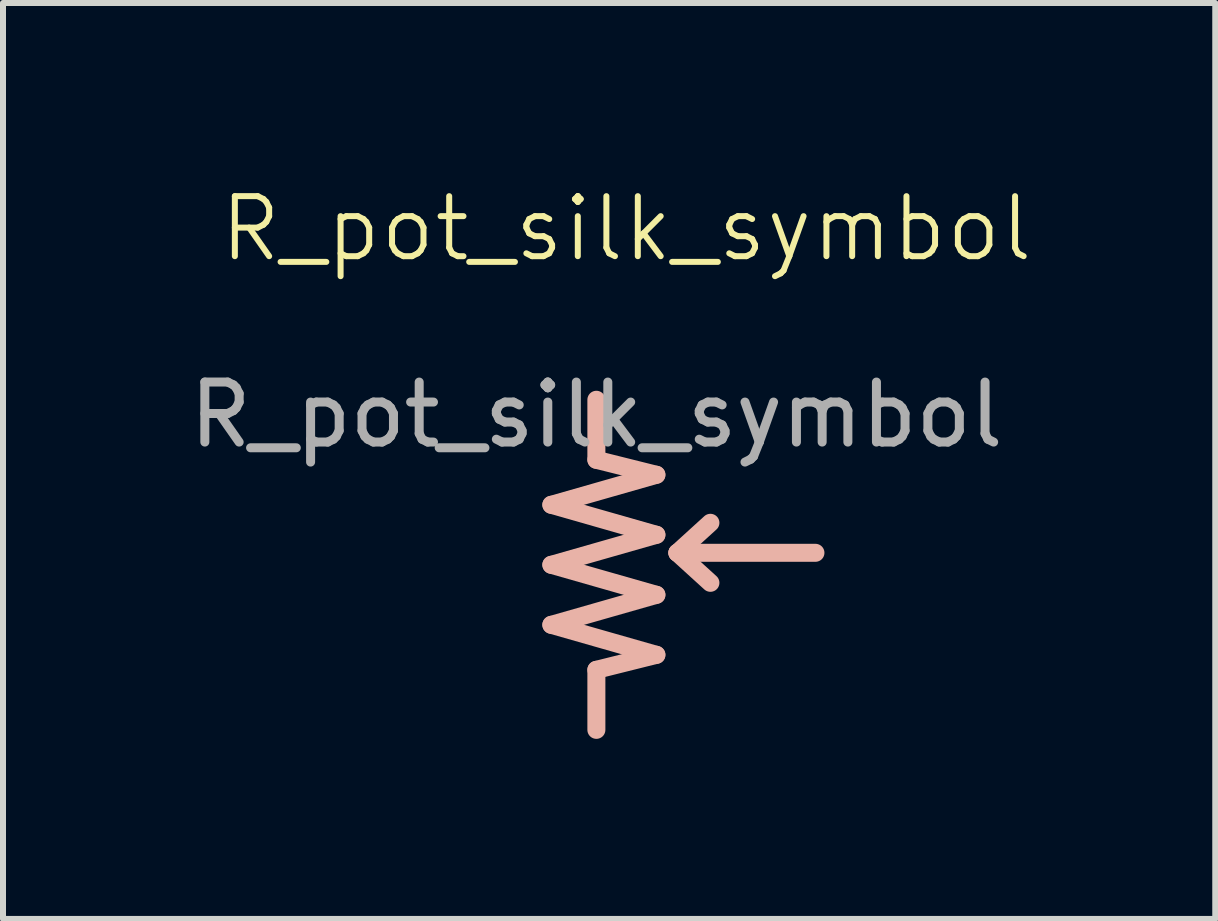
<source format=kicad_pcb>
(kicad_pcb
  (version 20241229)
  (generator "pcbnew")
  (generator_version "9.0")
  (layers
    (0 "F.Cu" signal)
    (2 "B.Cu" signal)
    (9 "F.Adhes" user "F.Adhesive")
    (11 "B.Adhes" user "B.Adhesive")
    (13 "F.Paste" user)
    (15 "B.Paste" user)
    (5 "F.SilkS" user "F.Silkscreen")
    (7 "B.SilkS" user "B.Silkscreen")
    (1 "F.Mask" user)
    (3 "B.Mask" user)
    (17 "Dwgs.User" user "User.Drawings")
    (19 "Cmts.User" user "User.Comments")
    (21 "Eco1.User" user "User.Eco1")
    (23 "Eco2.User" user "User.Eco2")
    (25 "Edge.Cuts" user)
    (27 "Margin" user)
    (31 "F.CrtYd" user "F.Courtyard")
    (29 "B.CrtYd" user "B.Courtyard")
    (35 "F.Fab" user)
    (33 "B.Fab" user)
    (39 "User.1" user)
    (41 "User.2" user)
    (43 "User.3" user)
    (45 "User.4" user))
  (footprint "R_pot_silk_symbol"
    (layer "F.Cu")
    (at 6.887 1.361)
    (property "Reference" "R_pot_silk_symbol" (at 0.5 -0.6 0) (unlocked yes) (layer "F.SilkS") (effects (font (size 1 1) (thickness 0.1))))
    (attr smd)
    (fp_line (start -0.75 4) (end 1 3.5) (stroke (width 0.3) (type default)) (layer "B.SilkS"))
    (fp_line (start -0.75 5) (end 1 4.5) (stroke (width 0.3) (type default)) (layer "B.SilkS"))
    (fp_line (start -0.75 6) (end 1 5.5) (stroke (width 0.3) (type default)) (layer "B.SilkS"))
    (fp_line (start 0 3.25) (end 0 2.25) (stroke (width 0.3) (type default)) (layer "B.SilkS"))
    (fp_line (start 0 6.75) (end 1 6.5) (stroke (width 0.3) (type default)) (layer "B.SilkS"))
    (fp_line (start 0 7.75) (end 0 6.75) (stroke (width 0.3) (type default)) (layer "B.SilkS"))
    (fp_line (start 1 3.5) (end 0 3.25) (stroke (width 0.3) (type default)) (layer "B.SilkS"))
    (fp_line (start 1 4.5) (end -0.75 4) (stroke (width 0.3) (type default)) (layer "B.SilkS"))
    (fp_line (start 1 5.5) (end -0.75 5) (stroke (width 0.3) (type default)) (layer "B.SilkS"))
    (fp_line (start 1 6.5) (end -0.75 6) (stroke (width 0.3) (type default)) (layer "B.SilkS"))
    (fp_line (start 1.35 4.8) (end 1.9 4.3) (stroke (width 0.3) (type solid)) (layer "B.SilkS"))
    (fp_line (start 1.35 4.8) (end 1.9 5.3) (stroke (width 0.3) (type solid)) (layer "B.SilkS"))
    (fp_line (start 1.35 4.8) (end 3.65 4.8) (stroke (width 0.3) (type solid)) (layer "B.SilkS"))
    (fp_text user "${REFERENCE}" (at 0 2.5 0) (unlocked yes) (layer "F.Fab") (effects (font (size 1 1) (thickness 0.15)))))
  (gr_rect
    (start -3 -3)
    (end 17.199 12.261)
    (stroke (width 0.1) (type default))
    (fill no)
    (layer "Edge.Cuts")))
</source>
